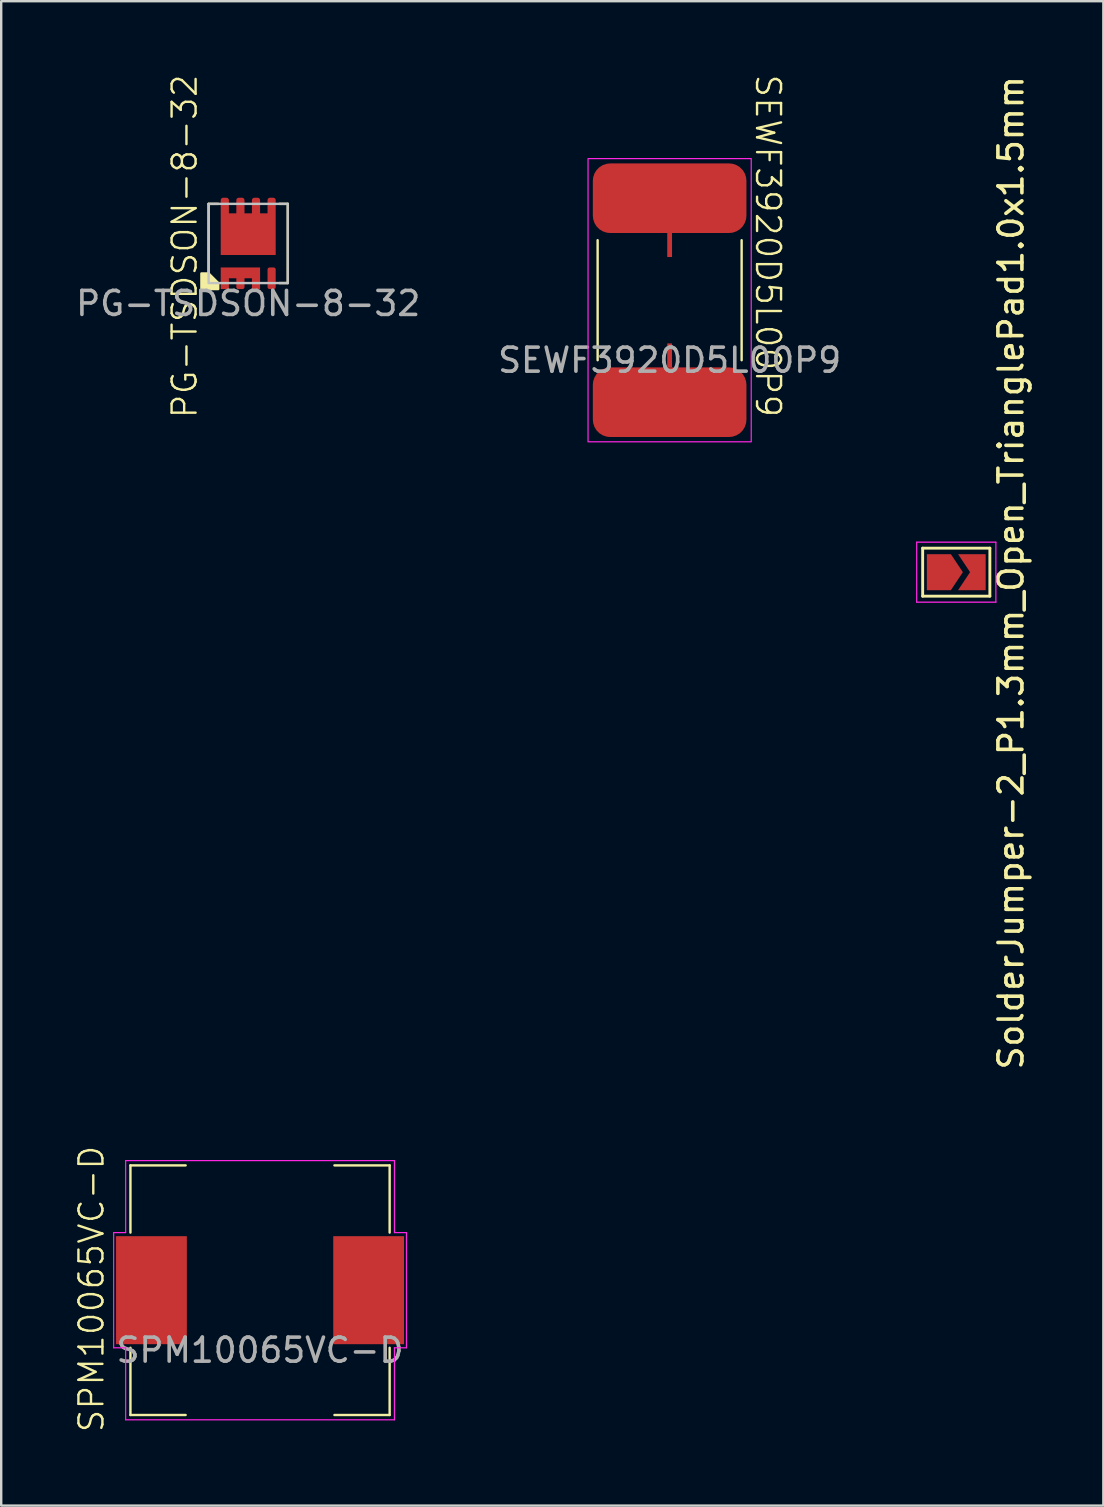
<source format=kicad_pcb>
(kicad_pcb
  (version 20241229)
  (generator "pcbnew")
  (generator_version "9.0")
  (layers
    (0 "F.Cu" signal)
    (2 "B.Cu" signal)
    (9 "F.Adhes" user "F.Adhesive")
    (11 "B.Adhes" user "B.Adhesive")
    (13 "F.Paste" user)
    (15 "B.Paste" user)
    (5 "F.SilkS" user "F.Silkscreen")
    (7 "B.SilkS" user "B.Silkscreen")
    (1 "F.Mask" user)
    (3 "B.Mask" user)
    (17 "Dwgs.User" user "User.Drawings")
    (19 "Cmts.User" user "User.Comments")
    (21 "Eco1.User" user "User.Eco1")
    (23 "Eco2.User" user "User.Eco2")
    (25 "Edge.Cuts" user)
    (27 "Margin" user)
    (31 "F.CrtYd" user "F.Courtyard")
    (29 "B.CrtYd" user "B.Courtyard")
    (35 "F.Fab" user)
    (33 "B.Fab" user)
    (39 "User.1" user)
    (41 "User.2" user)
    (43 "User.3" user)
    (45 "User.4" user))
  (footprint "SPM10065VC-D"
    (layer "F.Cu")
    (at 7.785 50.707)
    (property "Reference" "SPM10065VC-D" (at -7.025 -0.05 90) (unlocked yes) (layer "F.SilkS") (effects (font (size 1 1) (thickness 0.1))))
    (attr smd)
    (fp_line (start -5.4 -5.2) (end -3.1 -5.2) (stroke (width 0.1) (type default)) (layer "F.SilkS"))
    (fp_line (start -5.4 -2.4) (end -5.4 -5.2) (stroke (width 0.1) (type default)) (layer "F.SilkS"))
    (fp_line (start -5.4 2.4) (end -5.4 5.2) (stroke (width 0.1) (type default)) (layer "F.SilkS"))
    (fp_line (start -5.4 5.2) (end -3.1 5.2) (stroke (width 0.1) (type default)) (layer "F.SilkS"))
    (fp_line (start 5.4 -5.2) (end 3.1 -5.2) (stroke (width 0.1) (type default)) (layer "F.SilkS"))
    (fp_line (start 5.4 -2.4) (end 5.4 -5.2) (stroke (width 0.1) (type default)) (layer "F.SilkS"))
    (fp_line (start 5.4 2.4) (end 5.4 5.2) (stroke (width 0.1) (type default)) (layer "F.SilkS"))
    (fp_line (start 5.4 5.2) (end 3.1 5.2) (stroke (width 0.1) (type default)) (layer "F.SilkS"))
    (fp_line (start -6.1 -2.4) (end -5.6 -2.4) (stroke (width 0.05) (type default)) (layer "F.CrtYd"))
    (fp_line (start -6.1 2.4) (end -6.1 -2.4) (stroke (width 0.05) (type default)) (layer "F.CrtYd"))
    (fp_line (start -5.6 -5.4) (end 5.6 -5.4) (stroke (width 0.05) (type default)) (layer "F.CrtYd"))
    (fp_line (start -5.6 -2.4) (end -5.6 -5.4) (stroke (width 0.05) (type default)) (layer "F.CrtYd"))
    (fp_line (start -5.6 2.4) (end -6.1 2.4) (stroke (width 0.05) (type default)) (layer "F.CrtYd"))
    (fp_line (start -5.6 5.4) (end -5.6 2.4) (stroke (width 0.05) (type default)) (layer "F.CrtYd"))
    (fp_line (start 5.6 -5.4) (end 5.6 -2.4) (stroke (width 0.05) (type default)) (layer "F.CrtYd"))
    (fp_line (start 5.6 -2.4) (end 6.1 -2.4) (stroke (width 0.05) (type default)) (layer "F.CrtYd"))
    (fp_line (start 5.6 2.4) (end 5.6 5.4) (stroke (width 0.05) (type default)) (layer "F.CrtYd"))
    (fp_line (start 5.6 5.4) (end -5.6 5.4) (stroke (width 0.05) (type default)) (layer "F.CrtYd"))
    (fp_line (start 6.1 -2.4) (end 6.1 2.4) (stroke (width 0.05) (type default)) (layer "F.CrtYd"))
    (fp_line (start 6.1 2.4) (end 5.6 2.4) (stroke (width 0.05) (type default)) (layer "F.CrtYd"))
    (fp_rect (start -5.25 -5) (end 5.25 5) (stroke (width 0.1) (type solid)) (fill no) (layer "User.1"))
    (fp_text user "${REFERENCE}" (at 0 2.5 0) (unlocked yes) (layer "F.Fab") (effects (font (size 1 1) (thickness 0.15))))
    (pad "1" smd rect (at -4.525 0) (size 2.95 4.5) (layers "F.Cu" "F.Mask" "F.Paste"))
    (pad "2" smd rect (at 4.525 0) (size 2.95 4.5) (layers "F.Cu" "F.Mask" "F.Paste")))
  (footprint "PG-TSDSON-8-32"
    (layer "F.Cu")
    (at 7.292 7.094)
    (property "Reference" "PG-TSDSON-8-32" (at -2.65 0.122 90) (unlocked yes) (layer "F.SilkS") (effects (font (size 1 1) (thickness 0.1))))
    (attr smd)
    (fp_line (start -1.65 -1.65) (end -1.65 1.65) (stroke (width 0.1) (type default)) (layer "F.SilkS"))
    (fp_line (start -1.65 1.65) (end -1.25 1.65) (stroke (width 0.1) (type default)) (layer "F.SilkS"))
    (fp_line (start -1.25 -1.65) (end -1.65 -1.65) (stroke (width 0.1) (type default)) (layer "F.SilkS"))
    (fp_line (start 1.3 -1.65) (end 1.65 -1.65) (stroke (width 0.1) (type default)) (layer "F.SilkS"))
    (fp_line (start 1.65 -1.65) (end 1.65 1.65) (stroke (width 0.1) (type default)) (layer "F.SilkS"))
    (fp_line (start 1.65 1.65) (end 1.3 1.65) (stroke (width 0.1) (type default)) (layer "F.SilkS"))
    (fp_poly (pts (xy -1.25 1.65) (xy -1.65 1.25) (xy -1.95 1.25) (xy -1.95 1.9) (xy -1.25 1.9)) (stroke (width 0.1) (type solid)) (fill yes) (layer "F.SilkS"))
    (fp_rect (start -1.05 1.56) (end -0.91 1.76) (stroke (width 0.1) (type solid)) (fill yes) (layer "F.Paste"))
    (fp_rect (start -1.045 -1.8) (end -0.905 -1.3) (stroke (width 0.1) (type solid)) (fill yes) (layer "F.Paste"))
    (fp_rect (start -1.045 -1) (end -0.905 0.3) (stroke (width 0.1) (type solid)) (fill yes) (layer "F.Paste"))
    (fp_rect (start -1.04 1.085) (end -0.47 1.335) (stroke (width 0.1) (type solid)) (fill yes) (layer "F.Paste"))
    (fp_rect (start -0.495 -1) (end 0.495 0.3) (stroke (width 0.1) (type solid)) (fill yes) (layer "F.Paste"))
    (fp_rect (start -0.395 -1.8) (end -0.255 -1.3) (stroke (width 0.1) (type solid)) (fill yes) (layer "F.Paste"))
    (fp_rect (start -0.39 1.56) (end -0.25 1.76) (stroke (width 0.1) (type solid)) (fill yes) (layer "F.Paste"))
    (fp_rect (start -0.17 1.085) (end 0.4 1.335) (stroke (width 0.1) (type solid)) (fill yes) (layer "F.Paste"))
    (fp_rect (start 0.255 -1.8) (end 0.395 -1.3) (stroke (width 0.1) (type solid)) (fill yes) (layer "F.Paste"))
    (fp_rect (start 0.26 1.56) (end 0.4 1.76) (stroke (width 0.1) (type solid)) (fill yes) (layer "F.Paste"))
    (fp_rect (start 0.905 -1.8) (end 1.045 -1.3) (stroke (width 0.1) (type solid)) (fill yes) (layer "F.Paste"))
    (fp_rect (start 0.905 -1) (end 1.045 0.3) (stroke (width 0.1) (type solid)) (fill yes) (layer "F.Paste"))
    (fp_rect (start -1.65 -1.65) (end 1.65 1.65) (stroke (width 0.1) (type default)) (fill no) (layer "Dwgs.User"))
    (fp_text user "${REFERENCE}" (at 0 2.5 0) (unlocked yes) (layer "F.Fab") (effects (font (size 1 1) (thickness 0.15))))
    (pad "1" smd custom (at -0.325 1.45) (size 0.34 0.34) (layers "F.Cu" "F.Mask") (options (anchor circle)) (primitives (gr_poly (pts (xy -0.17 -0.365) (xy -0.164 -0.398) (xy -0.145 -0.425) (xy -0.118 -0.444) (xy -0.085 -0.45) (xy 0.085 -0.45) (xy 0.118 -0.444) (xy 0.145 -0.425) (xy 0.164 -0.398) (xy 0.17 -0.365) (xy 0.17 0.365) (xy 0.164 0.398) (xy 0.145 0.425) (xy 0.118 0.444) (xy 0.085 0.45) (xy -0.085 0.45) (xy -0.118 0.444) (xy -0.145 0.425) (xy -0.164 0.398) (xy -0.17 0.365)) (width 0) (fill yes)) (gr_rect (start -0.82 -0.45) (end 0.82 0) (width 0) (fill yes)) (gr_rect (start 0.48 -0.45) (end 0.82 0.45) (width 0) (fill yes)) (gr_rect (start -0.82 -0.45) (end -0.48 0.45) (width 0) (fill yes))))
    (pad "2" smd roundrect (at 0.975 1.45) (size 0.34 0.9) (layers "F.Cu" "F.Mask" "F.Paste") (roundrect_rratio 0.25))
    (pad "3" smd custom (at 0 -0.33) (size 0.34 0.34) (layers "F.Cu" "F.Mask") (options (anchor rect)) (primitives (gr_rect (start -1.145 -0.925) (end 1.145 0.81) (width 0) (fill yes)) (gr_rect (start -0.395 -1.475) (end -0.255 -0.85) (width 0.2) (fill yes)) (gr_rect (start 0.255 -1.475) (end 0.395 -0.85) (width 0.2) (fill yes)) (gr_rect (start 0.905 -1.475) (end 1.045 -0.85) (width 0.2) (fill yes)) (gr_rect (start -1.045 -1.475) (end -0.905 -0.85) (width 0.2) (fill yes)))))
  (footprint "SEWF3920D5L00P9"
    (layer "F.Cu")
    (at 24.851 9.459)
    (property "Reference" "SEWF3920D5L00P9" (at 4.1 -2.266 270) (unlocked yes) (layer "F.SilkS") (effects (font (size 1 1) (thickness 0.1))))
    (attr smd)
    (fp_line (start -3 -2.5) (end -3 2.5) (stroke (width 0.1) (type default)) (layer "F.SilkS"))
    (fp_line (start 3 -2.5) (end 3 2.5) (stroke (width 0.1) (type default)) (layer "F.SilkS"))
    (fp_rect (start -3.4 -5.9) (end 3.4 5.9) (stroke (width 0.05) (type default)) (fill no) (layer "F.CrtYd"))
    (fp_text user "${REFERENCE}" (at 0 2.5 0) (unlocked yes) (layer "F.Fab") (effects (font (size 1 1) (thickness 0.15))))
    (pad "1" smd roundrect (at 0 -4.25) (size 6.4 2.9) (layers "F.Cu" "F.Mask" "F.Paste") (roundrect_rratio 0.25))
    (pad "2" smd rect (at 0 -2.3) (size 0.2 1) (layers "F.Cu"))
    (pad "3" smd roundrect (at 0 4.25) (size 6.4 2.9) (layers "F.Cu" "F.Mask" "F.Paste") (roundrect_rratio 0.25))
    (pad "4" smd rect (at 0 2.3) (size 0.2 1) (layers "F.Cu")))
  (footprint "SolderJumper-2_P1.3mm_Open_TrianglePad1.0x1.5mm"
    (layer "F.Cu")
    (at 36.794 20.79)
    (property "Reference" "SolderJumper-2_P1.3mm_Open_TrianglePad1.0x1.5mm" (at 2.28 0.025 270) (layer "F.SilkS") (effects (font (size 1 1) (thickness 0.15))))
    (attr exclude_from_pos_files exclude_from_bom allow_soldermask_bridges)
    (fp_rect (start -1.225 -0.75) (end 1.225 0.75) (stroke (width 0) (type default)) (fill yes) (layer "F.Mask"))
    (fp_line (start -1.4 -1) (end 1.4 -1) (stroke (width 0.12) (type solid)) (layer "F.SilkS"))
    (fp_line (start -1.4 1) (end -1.4 -1) (stroke (width 0.12) (type solid)) (layer "F.SilkS"))
    (fp_line (start 1.4 -1) (end 1.4 1) (stroke (width 0.12) (type solid)) (layer "F.SilkS"))
    (fp_line (start 1.4 1) (end -1.4 1) (stroke (width 0.12) (type solid)) (layer "F.SilkS"))
    (fp_line (start -1.65 -1.25) (end -1.65 1.25) (stroke (width 0.05) (type solid)) (layer "F.CrtYd"))
    (fp_line (start -1.65 -1.25) (end 1.65 -1.25) (stroke (width 0.05) (type solid)) (layer "F.CrtYd"))
    (fp_line (start 1.65 1.25) (end -1.65 1.25) (stroke (width 0.05) (type solid)) (layer "F.CrtYd"))
    (fp_line (start 1.65 1.25) (end 1.65 -1.25) (stroke (width 0.05) (type solid)) (layer "F.CrtYd"))
    (pad "1" smd custom (at -0.725 0) (size 0.3 0.3) (layers "F.Cu" "F.Mask") (options (anchor rect)) (primitives (gr_poly (pts (xy 1 0) (xy 0.5 0.75) (xy -0.5 0.75) (xy -0.5 -0.75) (xy 0.5 -0.75)) (width 0) (fill yes))))
    (pad "2" smd custom (at 0.725 0) (size 0.3 0.3) (layers "F.Cu" "F.Mask") (options (anchor rect)) (primitives (gr_poly (pts (xy 0.5 0.75) (xy -0.65 0.75) (xy -0.15 0) (xy -0.65 -0.75) (xy 0.5 -0.75)) (width 0) (fill yes)))))
  (gr_rect
    (start -3 -3)
    (end 42.922 59.683)
    (stroke (width 0.1) (type default))
    (fill no)
    (layer "Edge.Cuts")))
</source>
